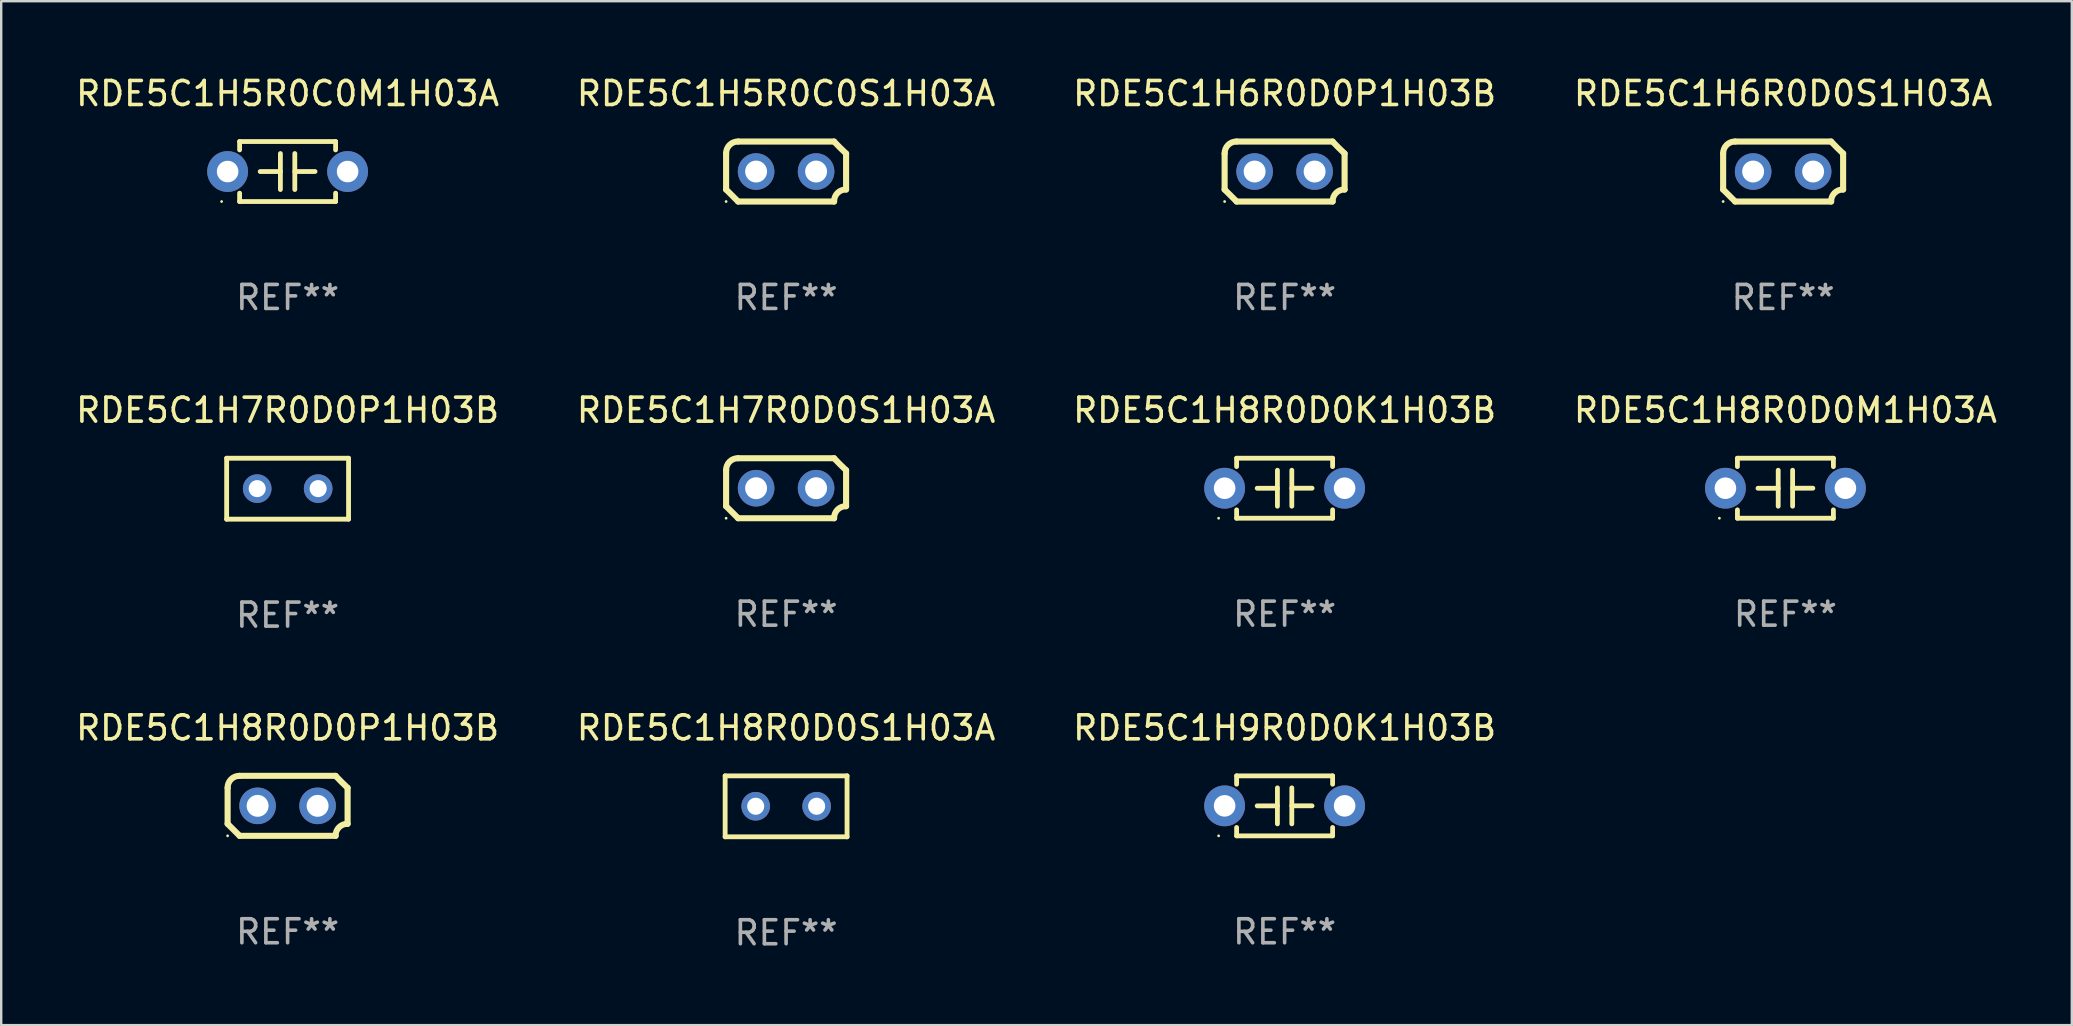
<source format=kicad_pcb>
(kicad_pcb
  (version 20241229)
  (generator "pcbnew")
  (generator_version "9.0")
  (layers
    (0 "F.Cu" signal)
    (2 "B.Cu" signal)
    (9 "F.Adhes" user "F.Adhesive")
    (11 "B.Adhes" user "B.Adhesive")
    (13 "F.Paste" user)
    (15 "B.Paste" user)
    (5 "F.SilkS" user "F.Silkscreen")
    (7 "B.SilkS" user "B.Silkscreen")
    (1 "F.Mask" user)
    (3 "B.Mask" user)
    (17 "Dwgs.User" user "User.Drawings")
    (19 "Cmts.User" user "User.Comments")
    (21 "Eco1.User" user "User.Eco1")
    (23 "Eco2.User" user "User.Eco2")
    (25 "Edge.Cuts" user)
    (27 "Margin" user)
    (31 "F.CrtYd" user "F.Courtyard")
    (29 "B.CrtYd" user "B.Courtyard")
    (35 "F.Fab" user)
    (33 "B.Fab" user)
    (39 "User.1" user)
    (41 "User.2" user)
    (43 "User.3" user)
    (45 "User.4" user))
  (footprint "RDE5C1H6R0D0P1H03B"
    (layer "F.Cu")
    (at 50.482 4.098)
    (property "Reference" "RDE5C1H6R0D0P1H03B" (at 0 -3.25 0) (layer "F.SilkS") (effects (font (size 1 1) (thickness 0.15))))
    (attr through_hole)
    (fp_line (start -2.5 -0.75) (end -2.5 0.75) (stroke (width 0.254) (type solid)) (layer "F.SilkS"))
    (fp_line (start -2 -1.25) (end 2 -1.25) (stroke (width 0.254) (type solid)) (layer "F.SilkS"))
    (fp_line (start 2 1.25) (end -2 1.25) (stroke (width 0.254) (type solid)) (layer "F.SilkS"))
    (fp_line (start 2.5 0.75) (end 2.5 -0.75) (stroke (width 0.254) (type solid)) (layer "F.SilkS"))
    (fp_arc (start -2.5 0.749962) (mid -2.249559 0.999558) (end -1.99929 1.249325) (stroke (width 0.254001) (type solid)) (layer "F.SilkS"))
    (fp_arc (start -2.499366 -0.749302) (mid -2.356411 -1.106098) (end -2 -1.250013) (stroke (width 0.254001) (type solid)) (layer "F.SilkS"))
    (fp_arc (start 2 1.250013) (mid 2.142747 0.89301) (end 2.499364 0.749302) (stroke (width 0.254001) (type solid)) (layer "F.SilkS"))
    (fp_arc (start 2.5 -0.749962) (mid 2.245609 -0.995598) (end 1.999289 -1.249327) (stroke (width 0.254001) (type solid)) (layer "F.SilkS"))
    (fp_circle (center -2.5 1.25) (end -2.47 1.25) (stroke (width 0.06) (type solid)) (fill no) (layer "F.SilkS"))
    (fp_text user "REF**" (at 0 5.25 0) (layer "F.Fab") (effects (font (size 1 1) (thickness 0.15))))
    (pad "1" thru_hole circle (at -1.25 0) (size 1.524 1.524) (drill 0.914) (layers "*.Cu" "*.Mask"))
    (pad "2" thru_hole circle (at 1.25 0) (size 1.524 1.524) (drill 0.914) (layers "*.Cu" "*.Mask")))
  (footprint "RDE5C1H9R0D0K1H03B"
    (layer "F.Cu")
    (at 50.482 30.531)
    (property "Reference" "RDE5C1H9R0D0K1H03B" (at 0 -3.25 0) (layer "F.SilkS") (effects (font (size 1 1) (thickness 0.15))))
    (attr through_hole)
    (fp_line (start -2 -1.25) (end -2 -0.901) (stroke (width 0.2) (type solid)) (layer "F.SilkS"))
    (fp_line (start -2 -1.25) (end 2 -1.25) (stroke (width 0.2) (type solid)) (layer "F.SilkS"))
    (fp_line (start -2 0.901) (end -2 1.25) (stroke (width 0.2) (type solid)) (layer "F.SilkS"))
    (fp_line (start -0.3 -0.75) (end -0.3 0.75) (stroke (width 0.2) (type solid)) (layer "F.SilkS"))
    (fp_line (start -0.3 0.001) (end -1.143 0.001) (stroke (width 0.2) (type solid)) (layer "F.SilkS"))
    (fp_line (start 0.3 -0.001) (end 1.143 -0.001) (stroke (width 0.2) (type solid)) (layer "F.SilkS"))
    (fp_line (start 0.3 0.75) (end 0.3 -0.75) (stroke (width 0.2) (type solid)) (layer "F.SilkS"))
    (fp_line (start 2 -1.25) (end 2 -0.901) (stroke (width 0.2) (type solid)) (layer "F.SilkS"))
    (fp_line (start 2 0.901) (end 2 1.25) (stroke (width 0.2) (type solid)) (layer "F.SilkS"))
    (fp_line (start 2 1.25) (end -2 1.25) (stroke (width 0.2) (type solid)) (layer "F.SilkS"))
    (fp_circle (center -2.75 1.25) (end -2.72 1.25) (stroke (width 0.06) (type solid)) (fill no) (layer "F.SilkS"))
    (fp_text user "REF**" (at 0 5.25 0) (layer "F.Fab") (effects (font (size 1 1) (thickness 0.15))))
    (pad "1" thru_hole circle (at -2.5 0) (size 1.7 1.7) (drill 0.9) (layers "*.Cu" "*.Mask"))
    (pad "2" thru_hole circle (at 2.5 0) (size 1.7 1.7) (drill 0.9) (layers "*.Cu" "*.Mask")))
  (footprint "RDE5C1H8R0D0P1H03B"
    (layer "F.Cu")
    (at 8.935 30.531)
    (property "Reference" "RDE5C1H8R0D0P1H03B" (at 0 -3.25 0) (layer "F.SilkS") (effects (font (size 1 1) (thickness 0.15))))
    (attr through_hole)
    (fp_line (start -2.5 -0.75) (end -2.5 0.75) (stroke (width 0.254) (type solid)) (layer "F.SilkS"))
    (fp_line (start -2 -1.25) (end 2 -1.25) (stroke (width 0.254) (type solid)) (layer "F.SilkS"))
    (fp_line (start 2 1.25) (end -2 1.25) (stroke (width 0.254) (type solid)) (layer "F.SilkS"))
    (fp_line (start 2.5 0.75) (end 2.5 -0.75) (stroke (width 0.254) (type solid)) (layer "F.SilkS"))
    (fp_arc (start -2.5 0.749962) (mid -2.249559 0.999558) (end -1.99929 1.249325) (stroke (width 0.254001) (type solid)) (layer "F.SilkS"))
    (fp_arc (start -2.499366 -0.749302) (mid -2.356411 -1.106098) (end -2 -1.250013) (stroke (width 0.254001) (type solid)) (layer "F.SilkS"))
    (fp_arc (start 2 1.250013) (mid 2.142747 0.89301) (end 2.499364 0.749302) (stroke (width 0.254001) (type solid)) (layer "F.SilkS"))
    (fp_arc (start 2.5 -0.749962) (mid 2.245609 -0.995598) (end 1.999289 -1.249327) (stroke (width 0.254001) (type solid)) (layer "F.SilkS"))
    (fp_circle (center -2.5 1.25) (end -2.47 1.25) (stroke (width 0.06) (type solid)) (fill no) (layer "F.SilkS"))
    (fp_text user "REF**" (at 0 5.25 0) (layer "F.Fab") (effects (font (size 1 1) (thickness 0.15))))
    (pad "1" thru_hole circle (at -1.25 0) (size 1.524 1.524) (drill 0.914) (layers "*.Cu" "*.Mask"))
    (pad "2" thru_hole circle (at 1.25 0) (size 1.524 1.524) (drill 0.914) (layers "*.Cu" "*.Mask")))
  (footprint "RDE5C1H5R0C0S1H03A"
    (layer "F.Cu")
    (at 29.708 4.098)
    (property "Reference" "RDE5C1H5R0C0S1H03A" (at 0 -3.25 0) (layer "F.SilkS") (effects (font (size 1 1) (thickness 0.15))))
    (attr through_hole)
    (fp_line (start -2.5 -0.75) (end -2.5 0.75) (stroke (width 0.254) (type solid)) (layer "F.SilkS"))
    (fp_line (start -2 -1.25) (end 2 -1.25) (stroke (width 0.254) (type solid)) (layer "F.SilkS"))
    (fp_line (start 2 1.25) (end -2 1.25) (stroke (width 0.254) (type solid)) (layer "F.SilkS"))
    (fp_line (start 2.5 0.75) (end 2.5 -0.75) (stroke (width 0.254) (type solid)) (layer "F.SilkS"))
    (fp_arc (start -2.5 0.749962) (mid -2.249559 0.999558) (end -1.99929 1.249325) (stroke (width 0.254001) (type solid)) (layer "F.SilkS"))
    (fp_arc (start -2.499366 -0.749302) (mid -2.356411 -1.106098) (end -2 -1.250013) (stroke (width 0.254001) (type solid)) (layer "F.SilkS"))
    (fp_arc (start 2 1.250013) (mid 2.142747 0.89301) (end 2.499364 0.749302) (stroke (width 0.254001) (type solid)) (layer "F.SilkS"))
    (fp_arc (start 2.5 -0.749962) (mid 2.245609 -0.995598) (end 1.999289 -1.249327) (stroke (width 0.254001) (type solid)) (layer "F.SilkS"))
    (fp_circle (center -2.5 1.25) (end -2.47 1.25) (stroke (width 0.06) (type solid)) (fill no) (layer "F.SilkS"))
    (fp_text user "REF**" (at 0 5.25 0) (layer "F.Fab") (effects (font (size 1 1) (thickness 0.15))))
    (pad "1" thru_hole circle (at -1.25 0) (size 1.524 1.524) (drill 0.914) (layers "*.Cu" "*.Mask"))
    (pad "2" thru_hole circle (at 1.25 0) (size 1.524 1.524) (drill 0.914) (layers "*.Cu" "*.Mask")))
  (footprint "RDE5C1H6R0D0S1H03A"
    (layer "F.Cu")
    (at 71.256 4.098)
    (property "Reference" "RDE5C1H6R0D0S1H03A" (at 0 -3.25 0) (layer "F.SilkS") (effects (font (size 1 1) (thickness 0.15))))
    (attr through_hole)
    (fp_line (start -2.5 -0.75) (end -2.5 0.75) (stroke (width 0.254) (type solid)) (layer "F.SilkS"))
    (fp_line (start -2 -1.25) (end 2 -1.25) (stroke (width 0.254) (type solid)) (layer "F.SilkS"))
    (fp_line (start 2 1.25) (end -2 1.25) (stroke (width 0.254) (type solid)) (layer "F.SilkS"))
    (fp_line (start 2.5 0.75) (end 2.5 -0.75) (stroke (width 0.254) (type solid)) (layer "F.SilkS"))
    (fp_arc (start -2.5 0.749962) (mid -2.249559 0.999558) (end -1.99929 1.249325) (stroke (width 0.254001) (type solid)) (layer "F.SilkS"))
    (fp_arc (start -2.499366 -0.749302) (mid -2.356411 -1.106098) (end -2 -1.250013) (stroke (width 0.254001) (type solid)) (layer "F.SilkS"))
    (fp_arc (start 2 1.250013) (mid 2.142747 0.89301) (end 2.499364 0.749302) (stroke (width 0.254001) (type solid)) (layer "F.SilkS"))
    (fp_arc (start 2.5 -0.749962) (mid 2.245609 -0.995598) (end 1.999289 -1.249327) (stroke (width 0.254001) (type solid)) (layer "F.SilkS"))
    (fp_circle (center -2.5 1.25) (end -2.47 1.25) (stroke (width 0.06) (type solid)) (fill no) (layer "F.SilkS"))
    (fp_text user "REF**" (at 0 5.25 0) (layer "F.Fab") (effects (font (size 1 1) (thickness 0.15))))
    (pad "1" thru_hole circle (at -1.25 0) (size 1.524 1.524) (drill 0.914) (layers "*.Cu" "*.Mask"))
    (pad "2" thru_hole circle (at 1.25 0) (size 1.524 1.524) (drill 0.914) (layers "*.Cu" "*.Mask")))
  (footprint "RDE5C1H7R0D0P1H03B"
    (layer "F.Cu")
    (at 8.935 17.315)
    (property "Reference" "RDE5C1H7R0D0P1H03B" (at 0 -3.27 0) (layer "F.SilkS") (effects (font (size 1 1) (thickness 0.15))))
    (attr through_hole)
    (fp_line (start -2.54 -1.27) (end -2.54 1.27) (stroke (width 0.201) (type solid)) (layer "F.SilkS"))
    (fp_line (start -2.54 1.27) (end 2.54 1.27) (stroke (width 0.201) (type solid)) (layer "F.SilkS"))
    (fp_line (start 2.54 -1.27) (end -2.54 -1.27) (stroke (width 0.201) (type solid)) (layer "F.SilkS"))
    (fp_line (start 2.54 1.27) (end 2.54 -1.27) (stroke (width 0.201) (type solid)) (layer "F.SilkS"))
    (fp_circle (center -2.497 1.247) (end -2.467 1.247) (stroke (width 0.06) (type solid)) (fill no) (layer "F.SilkS"))
    (fp_text user "REF**" (at 0 5.27 0) (layer "F.Fab") (effects (font (size 1 1) (thickness 0.15))))
    (pad "1" thru_hole circle (at -1.267 -0.003) (size 1.194 1.194) (drill 0.711) (layers "*.Cu" "*.Mask"))
    (pad "2" thru_hole circle (at 1.273 -0.003) (size 1.194 1.194) (drill 0.711) (layers "*.Cu" "*.Mask")))
  (footprint "RDE5C1H7R0D0S1H03A"
    (layer "F.Cu")
    (at 29.708 17.295)
    (property "Reference" "RDE5C1H7R0D0S1H03A" (at 0 -3.25 0) (layer "F.SilkS") (effects (font (size 1 1) (thickness 0.15))))
    (attr through_hole)
    (fp_line (start -2.5 -0.75) (end -2.5 0.75) (stroke (width 0.254) (type solid)) (layer "F.SilkS"))
    (fp_line (start -2 -1.25) (end 2 -1.25) (stroke (width 0.254) (type solid)) (layer "F.SilkS"))
    (fp_line (start 2 1.25) (end -2 1.25) (stroke (width 0.254) (type solid)) (layer "F.SilkS"))
    (fp_line (start 2.5 0.75) (end 2.5 -0.75) (stroke (width 0.254) (type solid)) (layer "F.SilkS"))
    (fp_arc (start -2.5 0.749962) (mid -2.249559 0.999558) (end -1.99929 1.249325) (stroke (width 0.254001) (type solid)) (layer "F.SilkS"))
    (fp_arc (start -2.499366 -0.749302) (mid -2.356411 -1.106098) (end -2 -1.250013) (stroke (width 0.254001) (type solid)) (layer "F.SilkS"))
    (fp_arc (start 2 1.250013) (mid 2.142747 0.89301) (end 2.499364 0.749302) (stroke (width 0.254001) (type solid)) (layer "F.SilkS"))
    (fp_arc (start 2.5 -0.749962) (mid 2.245609 -0.995598) (end 1.999289 -1.249327) (stroke (width 0.254001) (type solid)) (layer "F.SilkS"))
    (fp_circle (center -2.5 1.25) (end -2.47 1.25) (stroke (width 0.06) (type solid)) (fill no) (layer "F.SilkS"))
    (fp_text user "REF**" (at 0 5.25 0) (layer "F.Fab") (effects (font (size 1 1) (thickness 0.15))))
    (pad "1" thru_hole circle (at -1.25 0) (size 1.524 1.524) (drill 0.914) (layers "*.Cu" "*.Mask"))
    (pad "2" thru_hole circle (at 1.25 0) (size 1.524 1.524) (drill 0.914) (layers "*.Cu" "*.Mask")))
  (footprint "RDE5C1H8R0D0M1H03A"
    (layer "F.Cu")
    (at 71.351 17.295)
    (property "Reference" "RDE5C1H8R0D0M1H03A" (at 0 -3.25 0) (layer "F.SilkS") (effects (font (size 1 1) (thickness 0.15))))
    (attr through_hole)
    (fp_line (start -2 -1.25) (end -2 -0.901) (stroke (width 0.2) (type solid)) (layer "F.SilkS"))
    (fp_line (start -2 -1.25) (end 2 -1.25) (stroke (width 0.2) (type solid)) (layer "F.SilkS"))
    (fp_line (start -2 0.901) (end -2 1.25) (stroke (width 0.2) (type solid)) (layer "F.SilkS"))
    (fp_line (start -0.3 -0.75) (end -0.3 0.75) (stroke (width 0.2) (type solid)) (layer "F.SilkS"))
    (fp_line (start -0.3 0.001) (end -1.143 0.001) (stroke (width 0.2) (type solid)) (layer "F.SilkS"))
    (fp_line (start 0.3 -0.001) (end 1.143 -0.001) (stroke (width 0.2) (type solid)) (layer "F.SilkS"))
    (fp_line (start 0.3 0.75) (end 0.3 -0.75) (stroke (width 0.2) (type solid)) (layer "F.SilkS"))
    (fp_line (start 2 -1.25) (end 2 -0.901) (stroke (width 0.2) (type solid)) (layer "F.SilkS"))
    (fp_line (start 2 0.901) (end 2 1.25) (stroke (width 0.2) (type solid)) (layer "F.SilkS"))
    (fp_line (start 2 1.25) (end -2 1.25) (stroke (width 0.2) (type solid)) (layer "F.SilkS"))
    (fp_circle (center -2.75 1.25) (end -2.72 1.25) (stroke (width 0.06) (type solid)) (fill no) (layer "F.SilkS"))
    (fp_text user "REF**" (at 0 5.25 0) (layer "F.Fab") (effects (font (size 1 1) (thickness 0.15))))
    (pad "1" thru_hole circle (at -2.5 0) (size 1.7 1.7) (drill 0.9) (layers "*.Cu" "*.Mask"))
    (pad "2" thru_hole circle (at 2.5 0) (size 1.7 1.7) (drill 0.9) (layers "*.Cu" "*.Mask")))
  (footprint "RDE5C1H8R0D0S1H03A"
    (layer "F.Cu")
    (at 29.708 30.551)
    (property "Reference" "RDE5C1H8R0D0S1H03A" (at 0 -3.27 0) (layer "F.SilkS") (effects (font (size 1 1) (thickness 0.15))))
    (attr through_hole)
    (fp_line (start -2.54 -1.27) (end -2.54 1.27) (stroke (width 0.201) (type solid)) (layer "F.SilkS"))
    (fp_line (start -2.54 1.27) (end 2.54 1.27) (stroke (width 0.201) (type solid)) (layer "F.SilkS"))
    (fp_line (start 2.54 -1.27) (end -2.54 -1.27) (stroke (width 0.201) (type solid)) (layer "F.SilkS"))
    (fp_line (start 2.54 1.27) (end 2.54 -1.27) (stroke (width 0.201) (type solid)) (layer "F.SilkS"))
    (fp_circle (center -2.497 1.247) (end -2.467 1.247) (stroke (width 0.06) (type solid)) (fill no) (layer "F.SilkS"))
    (fp_text user "REF**" (at 0 5.27 0) (layer "F.Fab") (effects (font (size 1 1) (thickness 0.15))))
    (pad "1" thru_hole circle (at -1.267 -0.003) (size 1.194 1.194) (drill 0.711) (layers "*.Cu" "*.Mask"))
    (pad "2" thru_hole circle (at 1.273 -0.003) (size 1.194 1.194) (drill 0.711) (layers "*.Cu" "*.Mask")))
  (footprint "RDE5C1H5R0C0M1H03A"
    (layer "F.Cu")
    (at 8.935 4.098)
    (property "Reference" "RDE5C1H5R0C0M1H03A" (at 0 -3.25 0) (layer "F.SilkS") (effects (font (size 1 1) (thickness 0.15))))
    (attr through_hole)
    (fp_line (start -2 -1.25) (end -2 -0.901) (stroke (width 0.2) (type solid)) (layer "F.SilkS"))
    (fp_line (start -2 -1.25) (end 2 -1.25) (stroke (width 0.2) (type solid)) (layer "F.SilkS"))
    (fp_line (start -2 0.901) (end -2 1.25) (stroke (width 0.2) (type solid)) (layer "F.SilkS"))
    (fp_line (start -0.3 -0.75) (end -0.3 0.75) (stroke (width 0.2) (type solid)) (layer "F.SilkS"))
    (fp_line (start -0.3 0.001) (end -1.143 0.001) (stroke (width 0.2) (type solid)) (layer "F.SilkS"))
    (fp_line (start 0.3 -0.001) (end 1.143 -0.001) (stroke (width 0.2) (type solid)) (layer "F.SilkS"))
    (fp_line (start 0.3 0.75) (end 0.3 -0.75) (stroke (width 0.2) (type solid)) (layer "F.SilkS"))
    (fp_line (start 2 -1.25) (end 2 -0.901) (stroke (width 0.2) (type solid)) (layer "F.SilkS"))
    (fp_line (start 2 0.901) (end 2 1.25) (stroke (width 0.2) (type solid)) (layer "F.SilkS"))
    (fp_line (start 2 1.25) (end -2 1.25) (stroke (width 0.2) (type solid)) (layer "F.SilkS"))
    (fp_circle (center -2.75 1.25) (end -2.72 1.25) (stroke (width 0.06) (type solid)) (fill no) (layer "F.SilkS"))
    (fp_text user "REF**" (at 0 5.25 0) (layer "F.Fab") (effects (font (size 1 1) (thickness 0.15))))
    (pad "1" thru_hole circle (at -2.5 0) (size 1.7 1.7) (drill 0.9) (layers "*.Cu" "*.Mask"))
    (pad "2" thru_hole circle (at 2.5 0) (size 1.7 1.7) (drill 0.9) (layers "*.Cu" "*.Mask")))
  (footprint "RDE5C1H8R0D0K1H03B"
    (layer "F.Cu")
    (at 50.482 17.295)
    (property "Reference" "RDE5C1H8R0D0K1H03B" (at 0 -3.25 0) (layer "F.SilkS") (effects (font (size 1 1) (thickness 0.15))))
    (attr through_hole)
    (fp_line (start -2 -1.25) (end -2 -0.901) (stroke (width 0.2) (type solid)) (layer "F.SilkS"))
    (fp_line (start -2 -1.25) (end 2 -1.25) (stroke (width 0.2) (type solid)) (layer "F.SilkS"))
    (fp_line (start -2 0.901) (end -2 1.25) (stroke (width 0.2) (type solid)) (layer "F.SilkS"))
    (fp_line (start -0.3 -0.75) (end -0.3 0.75) (stroke (width 0.2) (type solid)) (layer "F.SilkS"))
    (fp_line (start -0.3 0.001) (end -1.143 0.001) (stroke (width 0.2) (type solid)) (layer "F.SilkS"))
    (fp_line (start 0.3 -0.001) (end 1.143 -0.001) (stroke (width 0.2) (type solid)) (layer "F.SilkS"))
    (fp_line (start 0.3 0.75) (end 0.3 -0.75) (stroke (width 0.2) (type solid)) (layer "F.SilkS"))
    (fp_line (start 2 -1.25) (end 2 -0.901) (stroke (width 0.2) (type solid)) (layer "F.SilkS"))
    (fp_line (start 2 0.901) (end 2 1.25) (stroke (width 0.2) (type solid)) (layer "F.SilkS"))
    (fp_line (start 2 1.25) (end -2 1.25) (stroke (width 0.2) (type solid)) (layer "F.SilkS"))
    (fp_circle (center -2.75 1.25) (end -2.72 1.25) (stroke (width 0.06) (type solid)) (fill no) (layer "F.SilkS"))
    (fp_text user "REF**" (at 0 5.25 0) (layer "F.Fab") (effects (font (size 1 1) (thickness 0.15))))
    (pad "1" thru_hole circle (at -2.5 0) (size 1.7 1.7) (drill 0.9) (layers "*.Cu" "*.Mask"))
    (pad "2" thru_hole circle (at 2.5 0) (size 1.7 1.7) (drill 0.9) (layers "*.Cu" "*.Mask")))
  (gr_rect
    (start -3 -3)
    (end 83.286 39.67)
    (stroke (width 0.1) (type default))
    (fill no)
    (layer "Edge.Cuts")))
</source>
